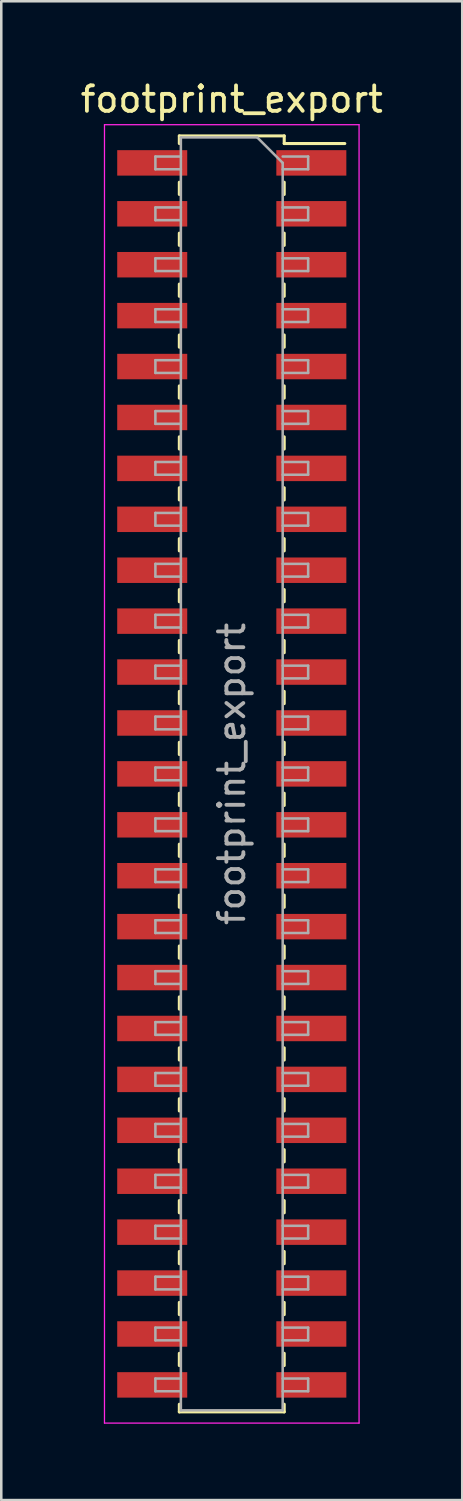
<source format=kicad_pcb>
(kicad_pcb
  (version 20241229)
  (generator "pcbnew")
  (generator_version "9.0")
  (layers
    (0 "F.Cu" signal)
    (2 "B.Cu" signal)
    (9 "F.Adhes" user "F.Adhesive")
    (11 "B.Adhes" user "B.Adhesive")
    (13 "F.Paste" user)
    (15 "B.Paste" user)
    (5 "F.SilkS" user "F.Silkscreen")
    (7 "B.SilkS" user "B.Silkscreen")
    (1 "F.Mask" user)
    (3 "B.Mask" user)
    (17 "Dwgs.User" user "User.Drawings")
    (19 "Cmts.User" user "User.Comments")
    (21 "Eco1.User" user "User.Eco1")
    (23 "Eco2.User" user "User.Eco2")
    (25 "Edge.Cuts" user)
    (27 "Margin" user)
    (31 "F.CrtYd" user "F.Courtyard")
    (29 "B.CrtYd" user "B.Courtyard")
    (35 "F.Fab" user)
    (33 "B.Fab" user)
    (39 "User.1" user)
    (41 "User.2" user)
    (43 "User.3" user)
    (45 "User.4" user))
  (footprint "footprint_export"
    (layer "F.Cu")
    (at 6.054 27.348)
    (property "Reference" "footprint_export" (at 0 -26.5 0) (layer "F.SilkS") (effects (font (size 1 1) (thickness 0.15))))
    (attr smd)
    (fp_line (start -2.06 -25.06) (end -2.06 -24.76) (stroke (width 0.12) (type solid)) (layer "F.SilkS"))
    (fp_line (start -2.06 -25.06) (end 2.06 -25.06) (stroke (width 0.12) (type solid)) (layer "F.SilkS"))
    (fp_line (start -2.06 -23.24) (end -2.06 -22.76) (stroke (width 0.12) (type solid)) (layer "F.SilkS"))
    (fp_line (start -2.06 -21.24) (end -2.06 -20.76) (stroke (width 0.12) (type solid)) (layer "F.SilkS"))
    (fp_line (start -2.06 -19.24) (end -2.06 -18.76) (stroke (width 0.12) (type solid)) (layer "F.SilkS"))
    (fp_line (start -2.06 -17.24) (end -2.06 -16.76) (stroke (width 0.12) (type solid)) (layer "F.SilkS"))
    (fp_line (start -2.06 -15.24) (end -2.06 -14.76) (stroke (width 0.12) (type solid)) (layer "F.SilkS"))
    (fp_line (start -2.06 -13.24) (end -2.06 -12.76) (stroke (width 0.12) (type solid)) (layer "F.SilkS"))
    (fp_line (start -2.06 -11.24) (end -2.06 -10.76) (stroke (width 0.12) (type solid)) (layer "F.SilkS"))
    (fp_line (start -2.06 -9.24) (end -2.06 -8.76) (stroke (width 0.12) (type solid)) (layer "F.SilkS"))
    (fp_line (start -2.06 -7.24) (end -2.06 -6.76) (stroke (width 0.12) (type solid)) (layer "F.SilkS"))
    (fp_line (start -2.06 -5.24) (end -2.06 -4.76) (stroke (width 0.12) (type solid)) (layer "F.SilkS"))
    (fp_line (start -2.06 -3.24) (end -2.06 -2.76) (stroke (width 0.12) (type solid)) (layer "F.SilkS"))
    (fp_line (start -2.06 -1.24) (end -2.06 -0.76) (stroke (width 0.12) (type solid)) (layer "F.SilkS"))
    (fp_line (start -2.06 0.76) (end -2.06 1.24) (stroke (width 0.12) (type solid)) (layer "F.SilkS"))
    (fp_line (start -2.06 2.76) (end -2.06 3.24) (stroke (width 0.12) (type solid)) (layer "F.SilkS"))
    (fp_line (start -2.06 4.76) (end -2.06 5.24) (stroke (width 0.12) (type solid)) (layer "F.SilkS"))
    (fp_line (start -2.06 6.76) (end -2.06 7.24) (stroke (width 0.12) (type solid)) (layer "F.SilkS"))
    (fp_line (start -2.06 8.76) (end -2.06 9.24) (stroke (width 0.12) (type solid)) (layer "F.SilkS"))
    (fp_line (start -2.06 10.76) (end -2.06 11.24) (stroke (width 0.12) (type solid)) (layer "F.SilkS"))
    (fp_line (start -2.06 12.76) (end -2.06 13.24) (stroke (width 0.12) (type solid)) (layer "F.SilkS"))
    (fp_line (start -2.06 14.76) (end -2.06 15.24) (stroke (width 0.12) (type solid)) (layer "F.SilkS"))
    (fp_line (start -2.06 16.76) (end -2.06 17.24) (stroke (width 0.12) (type solid)) (layer "F.SilkS"))
    (fp_line (start -2.06 18.76) (end -2.06 19.24) (stroke (width 0.12) (type solid)) (layer "F.SilkS"))
    (fp_line (start -2.06 20.76) (end -2.06 21.24) (stroke (width 0.12) (type solid)) (layer "F.SilkS"))
    (fp_line (start -2.06 22.76) (end -2.06 23.24) (stroke (width 0.12) (type solid)) (layer "F.SilkS"))
    (fp_line (start -2.06 24.76) (end -2.06 25.06) (stroke (width 0.12) (type solid)) (layer "F.SilkS"))
    (fp_line (start -2.06 25.06) (end 2.06 25.06) (stroke (width 0.12) (type solid)) (layer "F.SilkS"))
    (fp_line (start 2.06 -25.06) (end 2.06 -24.76) (stroke (width 0.12) (type solid)) (layer "F.SilkS"))
    (fp_line (start 2.06 -24.76) (end 4.44 -24.76) (stroke (width 0.12) (type solid)) (layer "F.SilkS"))
    (fp_line (start 2.06 -23.24) (end 2.06 -22.76) (stroke (width 0.12) (type solid)) (layer "F.SilkS"))
    (fp_line (start 2.06 -21.24) (end 2.06 -20.76) (stroke (width 0.12) (type solid)) (layer "F.SilkS"))
    (fp_line (start 2.06 -19.24) (end 2.06 -18.76) (stroke (width 0.12) (type solid)) (layer "F.SilkS"))
    (fp_line (start 2.06 -17.24) (end 2.06 -16.76) (stroke (width 0.12) (type solid)) (layer "F.SilkS"))
    (fp_line (start 2.06 -15.24) (end 2.06 -14.76) (stroke (width 0.12) (type solid)) (layer "F.SilkS"))
    (fp_line (start 2.06 -13.24) (end 2.06 -12.76) (stroke (width 0.12) (type solid)) (layer "F.SilkS"))
    (fp_line (start 2.06 -11.24) (end 2.06 -10.76) (stroke (width 0.12) (type solid)) (layer "F.SilkS"))
    (fp_line (start 2.06 -9.24) (end 2.06 -8.76) (stroke (width 0.12) (type solid)) (layer "F.SilkS"))
    (fp_line (start 2.06 -7.24) (end 2.06 -6.76) (stroke (width 0.12) (type solid)) (layer "F.SilkS"))
    (fp_line (start 2.06 -5.24) (end 2.06 -4.76) (stroke (width 0.12) (type solid)) (layer "F.SilkS"))
    (fp_line (start 2.06 -3.24) (end 2.06 -2.76) (stroke (width 0.12) (type solid)) (layer "F.SilkS"))
    (fp_line (start 2.06 -1.24) (end 2.06 -0.76) (stroke (width 0.12) (type solid)) (layer "F.SilkS"))
    (fp_line (start 2.06 0.76) (end 2.06 1.24) (stroke (width 0.12) (type solid)) (layer "F.SilkS"))
    (fp_line (start 2.06 2.76) (end 2.06 3.24) (stroke (width 0.12) (type solid)) (layer "F.SilkS"))
    (fp_line (start 2.06 4.76) (end 2.06 5.24) (stroke (width 0.12) (type solid)) (layer "F.SilkS"))
    (fp_line (start 2.06 6.76) (end 2.06 7.24) (stroke (width 0.12) (type solid)) (layer "F.SilkS"))
    (fp_line (start 2.06 8.76) (end 2.06 9.24) (stroke (width 0.12) (type solid)) (layer "F.SilkS"))
    (fp_line (start 2.06 10.76) (end 2.06 11.24) (stroke (width 0.12) (type solid)) (layer "F.SilkS"))
    (fp_line (start 2.06 12.76) (end 2.06 13.24) (stroke (width 0.12) (type solid)) (layer "F.SilkS"))
    (fp_line (start 2.06 14.76) (end 2.06 15.24) (stroke (width 0.12) (type solid)) (layer "F.SilkS"))
    (fp_line (start 2.06 16.76) (end 2.06 17.24) (stroke (width 0.12) (type solid)) (layer "F.SilkS"))
    (fp_line (start 2.06 18.76) (end 2.06 19.24) (stroke (width 0.12) (type solid)) (layer "F.SilkS"))
    (fp_line (start 2.06 20.76) (end 2.06 21.24) (stroke (width 0.12) (type solid)) (layer "F.SilkS"))
    (fp_line (start 2.06 22.76) (end 2.06 23.24) (stroke (width 0.12) (type solid)) (layer "F.SilkS"))
    (fp_line (start 2.06 24.76) (end 2.06 25.06) (stroke (width 0.12) (type solid)) (layer "F.SilkS"))
    (fp_line (start -5 -25.5) (end 5 -25.5) (stroke (width 0.05) (type solid)) (layer "F.CrtYd"))
    (fp_line (start -5 25.5) (end -5 -25.5) (stroke (width 0.05) (type solid)) (layer "F.CrtYd"))
    (fp_line (start 5 -25.5) (end 5 25.5) (stroke (width 0.05) (type solid)) (layer "F.CrtYd"))
    (fp_line (start 5 25.5) (end -5 25.5) (stroke (width 0.05) (type solid)) (layer "F.CrtYd"))
    (fp_line (start -3 -24.25) (end -2 -24.25) (stroke (width 0.1) (type solid)) (layer "F.Fab"))
    (fp_line (start -3 -23.75) (end -3 -24.25) (stroke (width 0.1) (type solid)) (layer "F.Fab"))
    (fp_line (start -3 -22.25) (end -2 -22.25) (stroke (width 0.1) (type solid)) (layer "F.Fab"))
    (fp_line (start -3 -21.75) (end -3 -22.25) (stroke (width 0.1) (type solid)) (layer "F.Fab"))
    (fp_line (start -3 -20.25) (end -2 -20.25) (stroke (width 0.1) (type solid)) (layer "F.Fab"))
    (fp_line (start -3 -19.75) (end -3 -20.25) (stroke (width 0.1) (type solid)) (layer "F.Fab"))
    (fp_line (start -3 -18.25) (end -2 -18.25) (stroke (width 0.1) (type solid)) (layer "F.Fab"))
    (fp_line (start -3 -17.75) (end -3 -18.25) (stroke (width 0.1) (type solid)) (layer "F.Fab"))
    (fp_line (start -3 -16.25) (end -2 -16.25) (stroke (width 0.1) (type solid)) (layer "F.Fab"))
    (fp_line (start -3 -15.75) (end -3 -16.25) (stroke (width 0.1) (type solid)) (layer "F.Fab"))
    (fp_line (start -3 -14.25) (end -2 -14.25) (stroke (width 0.1) (type solid)) (layer "F.Fab"))
    (fp_line (start -3 -13.75) (end -3 -14.25) (stroke (width 0.1) (type solid)) (layer "F.Fab"))
    (fp_line (start -3 -12.25) (end -2 -12.25) (stroke (width 0.1) (type solid)) (layer "F.Fab"))
    (fp_line (start -3 -11.75) (end -3 -12.25) (stroke (width 0.1) (type solid)) (layer "F.Fab"))
    (fp_line (start -3 -10.25) (end -2 -10.25) (stroke (width 0.1) (type solid)) (layer "F.Fab"))
    (fp_line (start -3 -9.75) (end -3 -10.25) (stroke (width 0.1) (type solid)) (layer "F.Fab"))
    (fp_line (start -3 -8.25) (end -2 -8.25) (stroke (width 0.1) (type solid)) (layer "F.Fab"))
    (fp_line (start -3 -7.75) (end -3 -8.25) (stroke (width 0.1) (type solid)) (layer "F.Fab"))
    (fp_line (start -3 -6.25) (end -2 -6.25) (stroke (width 0.1) (type solid)) (layer "F.Fab"))
    (fp_line (start -3 -5.75) (end -3 -6.25) (stroke (width 0.1) (type solid)) (layer "F.Fab"))
    (fp_line (start -3 -4.25) (end -2 -4.25) (stroke (width 0.1) (type solid)) (layer "F.Fab"))
    (fp_line (start -3 -3.75) (end -3 -4.25) (stroke (width 0.1) (type solid)) (layer "F.Fab"))
    (fp_line (start -3 -2.25) (end -2 -2.25) (stroke (width 0.1) (type solid)) (layer "F.Fab"))
    (fp_line (start -3 -1.75) (end -3 -2.25) (stroke (width 0.1) (type solid)) (layer "F.Fab"))
    (fp_line (start -3 -0.25) (end -2 -0.25) (stroke (width 0.1) (type solid)) (layer "F.Fab"))
    (fp_line (start -3 0.25) (end -3 -0.25) (stroke (width 0.1) (type solid)) (layer "F.Fab"))
    (fp_line (start -3 1.75) (end -2 1.75) (stroke (width 0.1) (type solid)) (layer "F.Fab"))
    (fp_line (start -3 2.25) (end -3 1.75) (stroke (width 0.1) (type solid)) (layer "F.Fab"))
    (fp_line (start -3 3.75) (end -2 3.75) (stroke (width 0.1) (type solid)) (layer "F.Fab"))
    (fp_line (start -3 4.25) (end -3 3.75) (stroke (width 0.1) (type solid)) (layer "F.Fab"))
    (fp_line (start -3 5.75) (end -2 5.75) (stroke (width 0.1) (type solid)) (layer "F.Fab"))
    (fp_line (start -3 6.25) (end -3 5.75) (stroke (width 0.1) (type solid)) (layer "F.Fab"))
    (fp_line (start -3 7.75) (end -2 7.75) (stroke (width 0.1) (type solid)) (layer "F.Fab"))
    (fp_line (start -3 8.25) (end -3 7.75) (stroke (width 0.1) (type solid)) (layer "F.Fab"))
    (fp_line (start -3 9.75) (end -2 9.75) (stroke (width 0.1) (type solid)) (layer "F.Fab"))
    (fp_line (start -3 10.25) (end -3 9.75) (stroke (width 0.1) (type solid)) (layer "F.Fab"))
    (fp_line (start -3 11.75) (end -2 11.75) (stroke (width 0.1) (type solid)) (layer "F.Fab"))
    (fp_line (start -3 12.25) (end -3 11.75) (stroke (width 0.1) (type solid)) (layer "F.Fab"))
    (fp_line (start -3 13.75) (end -2 13.75) (stroke (width 0.1) (type solid)) (layer "F.Fab"))
    (fp_line (start -3 14.25) (end -3 13.75) (stroke (width 0.1) (type solid)) (layer "F.Fab"))
    (fp_line (start -3 15.75) (end -2 15.75) (stroke (width 0.1) (type solid)) (layer "F.Fab"))
    (fp_line (start -3 16.25) (end -3 15.75) (stroke (width 0.1) (type solid)) (layer "F.Fab"))
    (fp_line (start -3 17.75) (end -2 17.75) (stroke (width 0.1) (type solid)) (layer "F.Fab"))
    (fp_line (start -3 18.25) (end -3 17.75) (stroke (width 0.1) (type solid)) (layer "F.Fab"))
    (fp_line (start -3 19.75) (end -2 19.75) (stroke (width 0.1) (type solid)) (layer "F.Fab"))
    (fp_line (start -3 20.25) (end -3 19.75) (stroke (width 0.1) (type solid)) (layer "F.Fab"))
    (fp_line (start -3 21.75) (end -2 21.75) (stroke (width 0.1) (type solid)) (layer "F.Fab"))
    (fp_line (start -3 22.25) (end -3 21.75) (stroke (width 0.1) (type solid)) (layer "F.Fab"))
    (fp_line (start -3 23.75) (end -2 23.75) (stroke (width 0.1) (type solid)) (layer "F.Fab"))
    (fp_line (start -3 24.25) (end -3 23.75) (stroke (width 0.1) (type solid)) (layer "F.Fab"))
    (fp_line (start -2 -25) (end 1 -25) (stroke (width 0.1) (type solid)) (layer "F.Fab"))
    (fp_line (start -2 -23.75) (end -3 -23.75) (stroke (width 0.1) (type solid)) (layer "F.Fab"))
    (fp_line (start -2 -21.75) (end -3 -21.75) (stroke (width 0.1) (type solid)) (layer "F.Fab"))
    (fp_line (start -2 -19.75) (end -3 -19.75) (stroke (width 0.1) (type solid)) (layer "F.Fab"))
    (fp_line (start -2 -17.75) (end -3 -17.75) (stroke (width 0.1) (type solid)) (layer "F.Fab"))
    (fp_line (start -2 -15.75) (end -3 -15.75) (stroke (width 0.1) (type solid)) (layer "F.Fab"))
    (fp_line (start -2 -13.75) (end -3 -13.75) (stroke (width 0.1) (type solid)) (layer "F.Fab"))
    (fp_line (start -2 -11.75) (end -3 -11.75) (stroke (width 0.1) (type solid)) (layer "F.Fab"))
    (fp_line (start -2 -9.75) (end -3 -9.75) (stroke (width 0.1) (type solid)) (layer "F.Fab"))
    (fp_line (start -2 -7.75) (end -3 -7.75) (stroke (width 0.1) (type solid)) (layer "F.Fab"))
    (fp_line (start -2 -5.75) (end -3 -5.75) (stroke (width 0.1) (type solid)) (layer "F.Fab"))
    (fp_line (start -2 -3.75) (end -3 -3.75) (stroke (width 0.1) (type solid)) (layer "F.Fab"))
    (fp_line (start -2 -1.75) (end -3 -1.75) (stroke (width 0.1) (type solid)) (layer "F.Fab"))
    (fp_line (start -2 0.25) (end -3 0.25) (stroke (width 0.1) (type solid)) (layer "F.Fab"))
    (fp_line (start -2 2.25) (end -3 2.25) (stroke (width 0.1) (type solid)) (layer "F.Fab"))
    (fp_line (start -2 4.25) (end -3 4.25) (stroke (width 0.1) (type solid)) (layer "F.Fab"))
    (fp_line (start -2 6.25) (end -3 6.25) (stroke (width 0.1) (type solid)) (layer "F.Fab"))
    (fp_line (start -2 8.25) (end -3 8.25) (stroke (width 0.1) (type solid)) (layer "F.Fab"))
    (fp_line (start -2 10.25) (end -3 10.25) (stroke (width 0.1) (type solid)) (layer "F.Fab"))
    (fp_line (start -2 12.25) (end -3 12.25) (stroke (width 0.1) (type solid)) (layer "F.Fab"))
    (fp_line (start -2 14.25) (end -3 14.25) (stroke (width 0.1) (type solid)) (layer "F.Fab"))
    (fp_line (start -2 16.25) (end -3 16.25) (stroke (width 0.1) (type solid)) (layer "F.Fab"))
    (fp_line (start -2 18.25) (end -3 18.25) (stroke (width 0.1) (type solid)) (layer "F.Fab"))
    (fp_line (start -2 20.25) (end -3 20.25) (stroke (width 0.1) (type solid)) (layer "F.Fab"))
    (fp_line (start -2 22.25) (end -3 22.25) (stroke (width 0.1) (type solid)) (layer "F.Fab"))
    (fp_line (start -2 24.25) (end -3 24.25) (stroke (width 0.1) (type solid)) (layer "F.Fab"))
    (fp_line (start -2 25) (end -2 -25) (stroke (width 0.1) (type solid)) (layer "F.Fab"))
    (fp_line (start 1 -25) (end 2 -24) (stroke (width 0.1) (type solid)) (layer "F.Fab"))
    (fp_line (start 2 -24.25) (end 3 -24.25) (stroke (width 0.1) (type solid)) (layer "F.Fab"))
    (fp_line (start 2 -24) (end 2 25) (stroke (width 0.1) (type solid)) (layer "F.Fab"))
    (fp_line (start 2 -22.25) (end 3 -22.25) (stroke (width 0.1) (type solid)) (layer "F.Fab"))
    (fp_line (start 2 -20.25) (end 3 -20.25) (stroke (width 0.1) (type solid)) (layer "F.Fab"))
    (fp_line (start 2 -18.25) (end 3 -18.25) (stroke (width 0.1) (type solid)) (layer "F.Fab"))
    (fp_line (start 2 -16.25) (end 3 -16.25) (stroke (width 0.1) (type solid)) (layer "F.Fab"))
    (fp_line (start 2 -14.25) (end 3 -14.25) (stroke (width 0.1) (type solid)) (layer "F.Fab"))
    (fp_line (start 2 -12.25) (end 3 -12.25) (stroke (width 0.1) (type solid)) (layer "F.Fab"))
    (fp_line (start 2 -10.25) (end 3 -10.25) (stroke (width 0.1) (type solid)) (layer "F.Fab"))
    (fp_line (start 2 -8.25) (end 3 -8.25) (stroke (width 0.1) (type solid)) (layer "F.Fab"))
    (fp_line (start 2 -6.25) (end 3 -6.25) (stroke (width 0.1) (type solid)) (layer "F.Fab"))
    (fp_line (start 2 -4.25) (end 3 -4.25) (stroke (width 0.1) (type solid)) (layer "F.Fab"))
    (fp_line (start 2 -2.25) (end 3 -2.25) (stroke (width 0.1) (type solid)) (layer "F.Fab"))
    (fp_line (start 2 -0.25) (end 3 -0.25) (stroke (width 0.1) (type solid)) (layer "F.Fab"))
    (fp_line (start 2 1.75) (end 3 1.75) (stroke (width 0.1) (type solid)) (layer "F.Fab"))
    (fp_line (start 2 3.75) (end 3 3.75) (stroke (width 0.1) (type solid)) (layer "F.Fab"))
    (fp_line (start 2 5.75) (end 3 5.75) (stroke (width 0.1) (type solid)) (layer "F.Fab"))
    (fp_line (start 2 7.75) (end 3 7.75) (stroke (width 0.1) (type solid)) (layer "F.Fab"))
    (fp_line (start 2 9.75) (end 3 9.75) (stroke (width 0.1) (type solid)) (layer "F.Fab"))
    (fp_line (start 2 11.75) (end 3 11.75) (stroke (width 0.1) (type solid)) (layer "F.Fab"))
    (fp_line (start 2 13.75) (end 3 13.75) (stroke (width 0.1) (type solid)) (layer "F.Fab"))
    (fp_line (start 2 15.75) (end 3 15.75) (stroke (width 0.1) (type solid)) (layer "F.Fab"))
    (fp_line (start 2 17.75) (end 3 17.75) (stroke (width 0.1) (type solid)) (layer "F.Fab"))
    (fp_line (start 2 19.75) (end 3 19.75) (stroke (width 0.1) (type solid)) (layer "F.Fab"))
    (fp_line (start 2 21.75) (end 3 21.75) (stroke (width 0.1) (type solid)) (layer "F.Fab"))
    (fp_line (start 2 23.75) (end 3 23.75) (stroke (width 0.1) (type solid)) (layer "F.Fab"))
    (fp_line (start 2 25) (end -2 25) (stroke (width 0.1) (type solid)) (layer "F.Fab"))
    (fp_line (start 3 -24.25) (end 3 -23.75) (stroke (width 0.1) (type solid)) (layer "F.Fab"))
    (fp_line (start 3 -23.75) (end 2 -23.75) (stroke (width 0.1) (type solid)) (layer "F.Fab"))
    (fp_line (start 3 -22.25) (end 3 -21.75) (stroke (width 0.1) (type solid)) (layer "F.Fab"))
    (fp_line (start 3 -21.75) (end 2 -21.75) (stroke (width 0.1) (type solid)) (layer "F.Fab"))
    (fp_line (start 3 -20.25) (end 3 -19.75) (stroke (width 0.1) (type solid)) (layer "F.Fab"))
    (fp_line (start 3 -19.75) (end 2 -19.75) (stroke (width 0.1) (type solid)) (layer "F.Fab"))
    (fp_line (start 3 -18.25) (end 3 -17.75) (stroke (width 0.1) (type solid)) (layer "F.Fab"))
    (fp_line (start 3 -17.75) (end 2 -17.75) (stroke (width 0.1) (type solid)) (layer "F.Fab"))
    (fp_line (start 3 -16.25) (end 3 -15.75) (stroke (width 0.1) (type solid)) (layer "F.Fab"))
    (fp_line (start 3 -15.75) (end 2 -15.75) (stroke (width 0.1) (type solid)) (layer "F.Fab"))
    (fp_line (start 3 -14.25) (end 3 -13.75) (stroke (width 0.1) (type solid)) (layer "F.Fab"))
    (fp_line (start 3 -13.75) (end 2 -13.75) (stroke (width 0.1) (type solid)) (layer "F.Fab"))
    (fp_line (start 3 -12.25) (end 3 -11.75) (stroke (width 0.1) (type solid)) (layer "F.Fab"))
    (fp_line (start 3 -11.75) (end 2 -11.75) (stroke (width 0.1) (type solid)) (layer "F.Fab"))
    (fp_line (start 3 -10.25) (end 3 -9.75) (stroke (width 0.1) (type solid)) (layer "F.Fab"))
    (fp_line (start 3 -9.75) (end 2 -9.75) (stroke (width 0.1) (type solid)) (layer "F.Fab"))
    (fp_line (start 3 -8.25) (end 3 -7.75) (stroke (width 0.1) (type solid)) (layer "F.Fab"))
    (fp_line (start 3 -7.75) (end 2 -7.75) (stroke (width 0.1) (type solid)) (layer "F.Fab"))
    (fp_line (start 3 -6.25) (end 3 -5.75) (stroke (width 0.1) (type solid)) (layer "F.Fab"))
    (fp_line (start 3 -5.75) (end 2 -5.75) (stroke (width 0.1) (type solid)) (layer "F.Fab"))
    (fp_line (start 3 -4.25) (end 3 -3.75) (stroke (width 0.1) (type solid)) (layer "F.Fab"))
    (fp_line (start 3 -3.75) (end 2 -3.75) (stroke (width 0.1) (type solid)) (layer "F.Fab"))
    (fp_line (start 3 -2.25) (end 3 -1.75) (stroke (width 0.1) (type solid)) (layer "F.Fab"))
    (fp_line (start 3 -1.75) (end 2 -1.75) (stroke (width 0.1) (type solid)) (layer "F.Fab"))
    (fp_line (start 3 -0.25) (end 3 0.25) (stroke (width 0.1) (type solid)) (layer "F.Fab"))
    (fp_line (start 3 0.25) (end 2 0.25) (stroke (width 0.1) (type solid)) (layer "F.Fab"))
    (fp_line (start 3 1.75) (end 3 2.25) (stroke (width 0.1) (type solid)) (layer "F.Fab"))
    (fp_line (start 3 2.25) (end 2 2.25) (stroke (width 0.1) (type solid)) (layer "F.Fab"))
    (fp_line (start 3 3.75) (end 3 4.25) (stroke (width 0.1) (type solid)) (layer "F.Fab"))
    (fp_line (start 3 4.25) (end 2 4.25) (stroke (width 0.1) (type solid)) (layer "F.Fab"))
    (fp_line (start 3 5.75) (end 3 6.25) (stroke (width 0.1) (type solid)) (layer "F.Fab"))
    (fp_line (start 3 6.25) (end 2 6.25) (stroke (width 0.1) (type solid)) (layer "F.Fab"))
    (fp_line (start 3 7.75) (end 3 8.25) (stroke (width 0.1) (type solid)) (layer "F.Fab"))
    (fp_line (start 3 8.25) (end 2 8.25) (stroke (width 0.1) (type solid)) (layer "F.Fab"))
    (fp_line (start 3 9.75) (end 3 10.25) (stroke (width 0.1) (type solid)) (layer "F.Fab"))
    (fp_line (start 3 10.25) (end 2 10.25) (stroke (width 0.1) (type solid)) (layer "F.Fab"))
    (fp_line (start 3 11.75) (end 3 12.25) (stroke (width 0.1) (type solid)) (layer "F.Fab"))
    (fp_line (start 3 12.25) (end 2 12.25) (stroke (width 0.1) (type solid)) (layer "F.Fab"))
    (fp_line (start 3 13.75) (end 3 14.25) (stroke (width 0.1) (type solid)) (layer "F.Fab"))
    (fp_line (start 3 14.25) (end 2 14.25) (stroke (width 0.1) (type solid)) (layer "F.Fab"))
    (fp_line (start 3 15.75) (end 3 16.25) (stroke (width 0.1) (type solid)) (layer "F.Fab"))
    (fp_line (start 3 16.25) (end 2 16.25) (stroke (width 0.1) (type solid)) (layer "F.Fab"))
    (fp_line (start 3 17.75) (end 3 18.25) (stroke (width 0.1) (type solid)) (layer "F.Fab"))
    (fp_line (start 3 18.25) (end 2 18.25) (stroke (width 0.1) (type solid)) (layer "F.Fab"))
    (fp_line (start 3 19.75) (end 3 20.25) (stroke (width 0.1) (type solid)) (layer "F.Fab"))
    (fp_line (start 3 20.25) (end 2 20.25) (stroke (width 0.1) (type solid)) (layer "F.Fab"))
    (fp_line (start 3 21.75) (end 3 22.25) (stroke (width 0.1) (type solid)) (layer "F.Fab"))
    (fp_line (start 3 22.25) (end 2 22.25) (stroke (width 0.1) (type solid)) (layer "F.Fab"))
    (fp_line (start 3 23.75) (end 3 24.25) (stroke (width 0.1) (type solid)) (layer "F.Fab"))
    (fp_line (start 3 24.25) (end 2 24.25) (stroke (width 0.1) (type solid)) (layer "F.Fab"))
    (fp_text user "${REFERENCE}" (at 0 0 90) (layer "F.Fab") (effects (font (size 1 1) (thickness 0.15))))
    (pad "1" smd rect (at 3.125 -24) (size 2.75 1) (layers "F.Cu" "F.Mask" "F.Paste"))
    (pad "2" smd rect (at -3.125 -24) (size 2.75 1) (layers "F.Cu" "F.Mask" "F.Paste"))
    (pad "3" smd rect (at 3.125 -22) (size 2.75 1) (layers "F.Cu" "F.Mask" "F.Paste"))
    (pad "4" smd rect (at -3.125 -22) (size 2.75 1) (layers "F.Cu" "F.Mask" "F.Paste"))
    (pad "5" smd rect (at 3.125 -20) (size 2.75 1) (layers "F.Cu" "F.Mask" "F.Paste"))
    (pad "6" smd rect (at -3.125 -20) (size 2.75 1) (layers "F.Cu" "F.Mask" "F.Paste"))
    (pad "7" smd rect (at 3.125 -18) (size 2.75 1) (layers "F.Cu" "F.Mask" "F.Paste"))
    (pad "8" smd rect (at -3.125 -18) (size 2.75 1) (layers "F.Cu" "F.Mask" "F.Paste"))
    (pad "9" smd rect (at 3.125 -16) (size 2.75 1) (layers "F.Cu" "F.Mask" "F.Paste"))
    (pad "10" smd rect (at -3.125 -16) (size 2.75 1) (layers "F.Cu" "F.Mask" "F.Paste"))
    (pad "11" smd rect (at 3.125 -14) (size 2.75 1) (layers "F.Cu" "F.Mask" "F.Paste"))
    (pad "12" smd rect (at -3.125 -14) (size 2.75 1) (layers "F.Cu" "F.Mask" "F.Paste"))
    (pad "13" smd rect (at 3.125 -12) (size 2.75 1) (layers "F.Cu" "F.Mask" "F.Paste"))
    (pad "14" smd rect (at -3.125 -12) (size 2.75 1) (layers "F.Cu" "F.Mask" "F.Paste"))
    (pad "15" smd rect (at 3.125 -10) (size 2.75 1) (layers "F.Cu" "F.Mask" "F.Paste"))
    (pad "16" smd rect (at -3.125 -10) (size 2.75 1) (layers "F.Cu" "F.Mask" "F.Paste"))
    (pad "17" smd rect (at 3.125 -8) (size 2.75 1) (layers "F.Cu" "F.Mask" "F.Paste"))
    (pad "18" smd rect (at -3.125 -8) (size 2.75 1) (layers "F.Cu" "F.Mask" "F.Paste"))
    (pad "19" smd rect (at 3.125 -6) (size 2.75 1) (layers "F.Cu" "F.Mask" "F.Paste"))
    (pad "20" smd rect (at -3.125 -6) (size 2.75 1) (layers "F.Cu" "F.Mask" "F.Paste"))
    (pad "21" smd rect (at 3.125 -4) (size 2.75 1) (layers "F.Cu" "F.Mask" "F.Paste"))
    (pad "22" smd rect (at -3.125 -4) (size 2.75 1) (layers "F.Cu" "F.Mask" "F.Paste"))
    (pad "23" smd rect (at 3.125 -2) (size 2.75 1) (layers "F.Cu" "F.Mask" "F.Paste"))
    (pad "24" smd rect (at -3.125 -2) (size 2.75 1) (layers "F.Cu" "F.Mask" "F.Paste"))
    (pad "25" smd rect (at 3.125 0) (size 2.75 1) (layers "F.Cu" "F.Mask" "F.Paste"))
    (pad "26" smd rect (at -3.125 0) (size 2.75 1) (layers "F.Cu" "F.Mask" "F.Paste"))
    (pad "27" smd rect (at 3.125 2) (size 2.75 1) (layers "F.Cu" "F.Mask" "F.Paste"))
    (pad "28" smd rect (at -3.125 2) (size 2.75 1) (layers "F.Cu" "F.Mask" "F.Paste"))
    (pad "29" smd rect (at 3.125 4) (size 2.75 1) (layers "F.Cu" "F.Mask" "F.Paste"))
    (pad "30" smd rect (at -3.125 4) (size 2.75 1) (layers "F.Cu" "F.Mask" "F.Paste"))
    (pad "31" smd rect (at 3.125 6) (size 2.75 1) (layers "F.Cu" "F.Mask" "F.Paste"))
    (pad "32" smd rect (at -3.125 6) (size 2.75 1) (layers "F.Cu" "F.Mask" "F.Paste"))
    (pad "33" smd rect (at 3.125 8) (size 2.75 1) (layers "F.Cu" "F.Mask" "F.Paste"))
    (pad "34" smd rect (at -3.125 8) (size 2.75 1) (layers "F.Cu" "F.Mask" "F.Paste"))
    (pad "35" smd rect (at 3.125 10) (size 2.75 1) (layers "F.Cu" "F.Mask" "F.Paste"))
    (pad "36" smd rect (at -3.125 10) (size 2.75 1) (layers "F.Cu" "F.Mask" "F.Paste"))
    (pad "37" smd rect (at 3.125 12) (size 2.75 1) (layers "F.Cu" "F.Mask" "F.Paste"))
    (pad "38" smd rect (at -3.125 12) (size 2.75 1) (layers "F.Cu" "F.Mask" "F.Paste"))
    (pad "39" smd rect (at 3.125 14) (size 2.75 1) (layers "F.Cu" "F.Mask" "F.Paste"))
    (pad "40" smd rect (at -3.125 14) (size 2.75 1) (layers "F.Cu" "F.Mask" "F.Paste"))
    (pad "41" smd rect (at 3.125 16) (size 2.75 1) (layers "F.Cu" "F.Mask" "F.Paste"))
    (pad "42" smd rect (at -3.125 16) (size 2.75 1) (layers "F.Cu" "F.Mask" "F.Paste"))
    (pad "43" smd rect (at 3.125 18) (size 2.75 1) (layers "F.Cu" "F.Mask" "F.Paste"))
    (pad "44" smd rect (at -3.125 18) (size 2.75 1) (layers "F.Cu" "F.Mask" "F.Paste"))
    (pad "45" smd rect (at 3.125 20) (size 2.75 1) (layers "F.Cu" "F.Mask" "F.Paste"))
    (pad "46" smd rect (at -3.125 20) (size 2.75 1) (layers "F.Cu" "F.Mask" "F.Paste"))
    (pad "47" smd rect (at 3.125 22) (size 2.75 1) (layers "F.Cu" "F.Mask" "F.Paste"))
    (pad "48" smd rect (at -3.125 22) (size 2.75 1) (layers "F.Cu" "F.Mask" "F.Paste"))
    (pad "49" smd rect (at 3.125 24) (size 2.75 1) (layers "F.Cu" "F.Mask" "F.Paste"))
    (pad "50" smd rect (at -3.125 24) (size 2.75 1) (layers "F.Cu" "F.Mask" "F.Paste")))
  (gr_rect
    (start -3 -3)
    (end 15.107 55.873)
    (stroke (width 0.1) (type default))
    (fill no)
    (layer "Edge.Cuts")))
</source>
